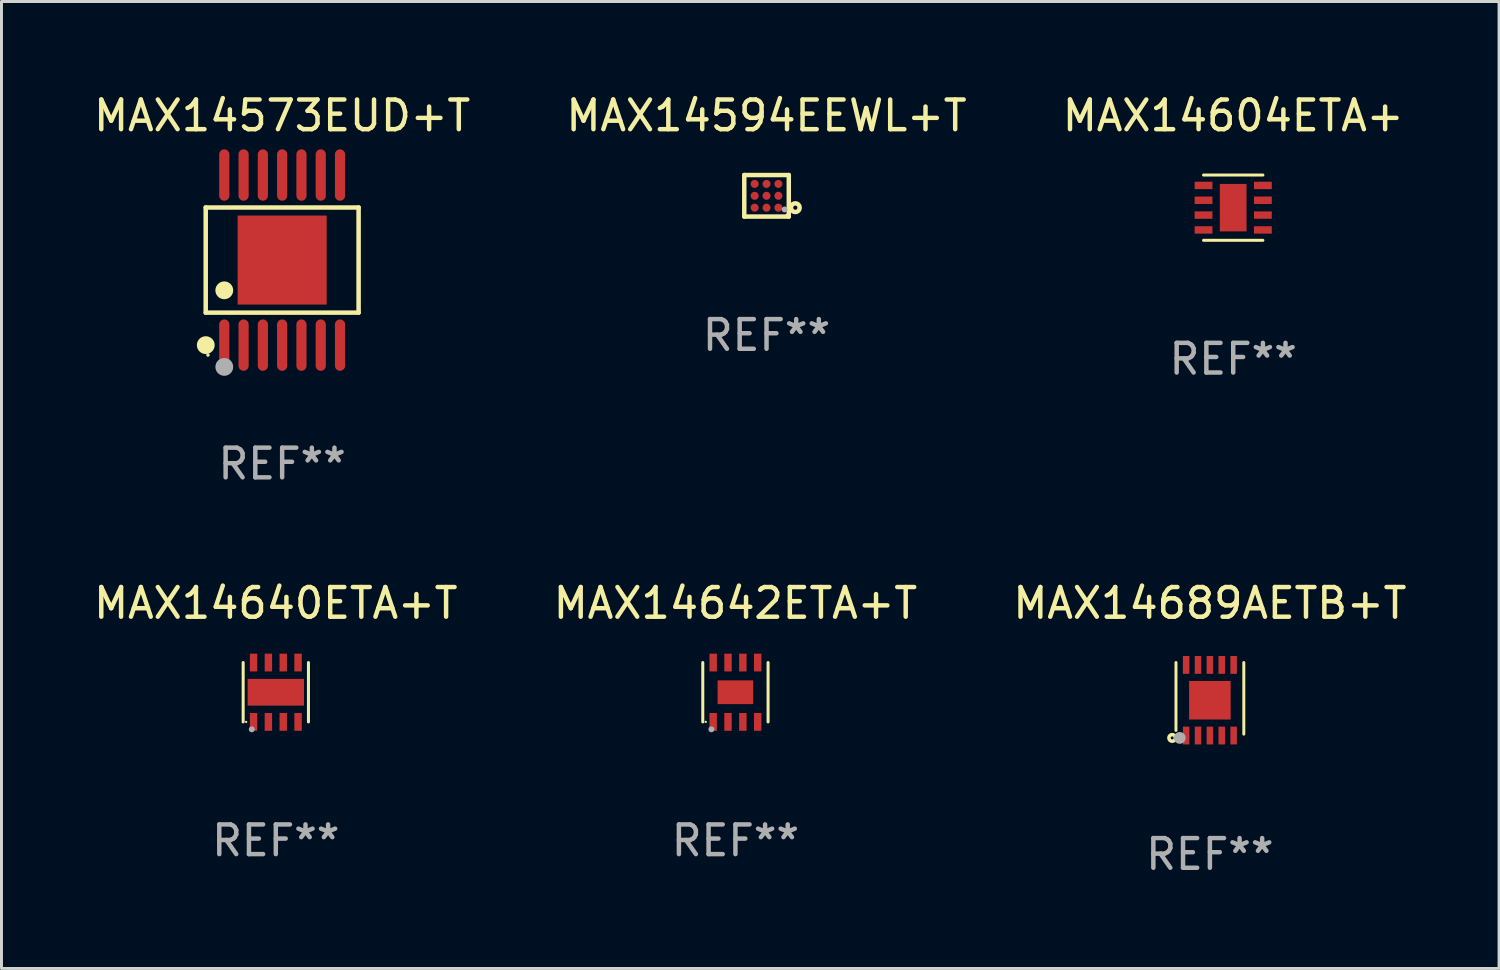
<source format=kicad_pcb>
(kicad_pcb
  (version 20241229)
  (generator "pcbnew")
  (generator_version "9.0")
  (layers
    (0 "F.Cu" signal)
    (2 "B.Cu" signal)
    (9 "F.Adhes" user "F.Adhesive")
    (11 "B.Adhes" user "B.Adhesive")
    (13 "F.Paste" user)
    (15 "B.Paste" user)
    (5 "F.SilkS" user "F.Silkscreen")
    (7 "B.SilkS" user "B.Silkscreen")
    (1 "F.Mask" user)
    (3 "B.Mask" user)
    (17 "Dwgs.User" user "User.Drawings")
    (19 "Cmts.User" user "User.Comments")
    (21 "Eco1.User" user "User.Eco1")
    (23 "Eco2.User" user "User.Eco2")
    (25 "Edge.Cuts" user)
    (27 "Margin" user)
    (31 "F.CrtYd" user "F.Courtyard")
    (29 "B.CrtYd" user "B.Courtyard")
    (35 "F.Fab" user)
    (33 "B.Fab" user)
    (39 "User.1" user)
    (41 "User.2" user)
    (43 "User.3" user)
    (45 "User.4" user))
  (footprint "MAX14689AETB+T"
    (layer "F.Cu")
    (at 37.72 20.506)
    (property "Reference" "MAX14689AETB+T" (at 0 -3.23 0) (layer "F.SilkS") (effects (font (size 1 1) (thickness 0.15))))
    (attr through_hole)
    (fp_line (start -1.143 -1.23) (end -1.143 1.056) (stroke (width 0.1) (type solid)) (layer "F.SilkS"))
    (fp_line (start 1.143 -1.23) (end 1.143 1.183) (stroke (width 0.1) (type solid)) (layer "F.SilkS"))
    (fp_circle (center -1.27 1.31) (end -1.159 1.31) (stroke (width 0.12) (type solid)) (fill no) (layer "F.SilkS"))
    (fp_circle (center -1 1.29) (end -0.97 1.29) (stroke (width 0.06) (type solid)) (fill no) (layer "F.SilkS"))
    (fp_circle (center -1.016 1.31) (end -0.916 1.31) (stroke (width 0.2) (type solid)) (fill no) (layer "F.Fab"))
    (fp_text user "REF**" (at 0 5.23 0) (layer "F.Fab") (effects (font (size 1 1) (thickness 0.15))))
    (pad "1" smd rect (at -0.8 1.23) (size 0.22 0.6) (layers "F.Cu" "F.Mask" "F.Paste"))
    (pad "2" smd rect (at -0.4 1.23) (size 0.22 0.6) (layers "F.Cu" "F.Mask" "F.Paste"))
    (pad "3" smd rect (at -0.000025 1.23) (size 0.22 0.6) (layers "F.Cu" "F.Mask" "F.Paste"))
    (pad "4" smd rect (at 0.4 1.23) (size 0.22 0.6) (layers "F.Cu" "F.Mask" "F.Paste"))
    (pad "5" smd rect (at 0.8 1.23) (size 0.22 0.6) (layers "F.Cu" "F.Mask" "F.Paste"))
    (pad "6" smd rect (at 0.8 -1.15) (size 0.22 0.6) (layers "F.Cu" "F.Mask" "F.Paste"))
    (pad "7" smd rect (at 0.4 -1.15) (size 0.22 0.6) (layers "F.Cu" "F.Mask" "F.Paste"))
    (pad "8" smd rect (at 0 -1.15) (size 0.22 0.6) (layers "F.Cu" "F.Mask" "F.Paste"))
    (pad "9" smd rect (at -0.4 -1.15) (size 0.22 0.6) (layers "F.Cu" "F.Mask" "F.Paste"))
    (pad "10" smd rect (at -0.8 -1.15) (size 0.22 0.6) (layers "F.Cu" "F.Mask" "F.Paste"))
    (pad "11" smd rect (at 0 0.04) (size 1.4 1.3) (layers "F.Cu" "F.Mask" "F.Paste")))
  (footprint "MAX14640ETA+T"
    (layer "F.Cu")
    (at 6.244 20.276)
    (property "Reference" "MAX14640ETA+T" (at 0 -3 0) (layer "F.SilkS") (effects (font (size 1 1) (thickness 0.15))))
    (attr through_hole)
    (fp_line (start -1.1 1) (end -1.1 -1) (stroke (width 0.102) (type solid)) (layer "F.SilkS"))
    (fp_line (start 1.1 1) (end 1.1 -1) (stroke (width 0.102) (type solid)) (layer "F.SilkS"))
    (fp_circle (center -1 1) (end -0.98 1) (stroke (width 0.04) (type solid)) (fill no) (layer "F.SilkS"))
    (fp_circle (center -0.81 1.25) (end -0.76 1.25) (stroke (width 0.1) (type solid)) (fill no) (layer "F.Fab"))
    (fp_text user "REF**" (at 0 5 0) (layer "F.Fab") (effects (font (size 1 1) (thickness 0.15))))
    (pad "1" smd rect (at -0.75 1 90) (size 0.6 0.25) (layers "F.Cu" "F.Mask" "F.Paste"))
    (pad "2" smd rect (at -0.25 1 90) (size 0.6 0.25) (layers "F.Cu" "F.Mask" "F.Paste"))
    (pad "3" smd rect (at 0.25 1 90) (size 0.6 0.25) (layers "F.Cu" "F.Mask" "F.Paste"))
    (pad "4" smd rect (at 0.75 1 90) (size 0.6 0.25) (layers "F.Cu" "F.Mask" "F.Paste"))
    (pad "5" smd rect (at 0.75 -1 90) (size 0.6 0.25) (layers "F.Cu" "F.Mask" "F.Paste"))
    (pad "6" smd rect (at 0.25 -1 90) (size 0.6 0.25) (layers "F.Cu" "F.Mask" "F.Paste"))
    (pad "7" smd rect (at -0.25 -1 90) (size 0.6 0.25) (layers "F.Cu" "F.Mask" "F.Paste"))
    (pad "8" smd rect (at -0.75 -1 90) (size 0.6 0.25) (layers "F.Cu" "F.Mask" "F.Paste"))
    (pad "9" smd rect (at -0.000127 0.001 180) (size 1.9 0.9) (layers "F.Cu" "F.Mask" "F.Paste")))
  (footprint "MAX14573EUD+T"
    (layer "F.Cu")
    (at 6.458 5.714)
    (property "Reference" "MAX14573EUD+T" (at 0 -4.866 0) (layer "F.SilkS") (effects (font (size 1 1) (thickness 0.15))))
    (attr through_hole)
    (fp_line (start -2.576 -1.772) (end 2.576 -1.772) (stroke (width 0.152) (type solid)) (layer "F.SilkS"))
    (fp_line (start -2.576 1.771) (end -2.576 -1.772) (stroke (width 0.152) (type solid)) (layer "F.SilkS"))
    (fp_line (start 2.576 -1.772) (end 2.576 1.771) (stroke (width 0.152) (type solid)) (layer "F.SilkS"))
    (fp_line (start 2.576 1.771) (end -2.576 1.771) (stroke (width 0.152) (type solid)) (layer "F.SilkS"))
    (fp_circle (center -2.574 2.866) (end -2.424 2.866) (stroke (width 0.3) (type solid)) (fill no) (layer "F.SilkS"))
    (fp_circle (center -2.5 3.2) (end -2.47 3.2) (stroke (width 0.06) (type solid)) (fill no) (layer "F.SilkS"))
    (fp_circle (center -1.95 1.019) (end -1.8 1.019) (stroke (width 0.3) (type solid)) (fill no) (layer "F.SilkS"))
    (fp_circle (center -1.95 3.6) (end -1.8 3.6) (stroke (width 0.3) (type solid)) (fill no) (layer "F.Fab"))
    (fp_text user "REF**" (at 0 6.866 0) (layer "F.Fab") (effects (font (size 1 1) (thickness 0.15))))
    (pad "1" smd oval (at -1.95 2.866) (size 0.343 1.731) (layers "F.Cu" "F.Mask" "F.Paste"))
    (pad "2" smd oval (at -1.3 2.866) (size 0.343 1.731) (layers "F.Cu" "F.Mask" "F.Paste"))
    (pad "3" smd oval (at -0.65 2.866) (size 0.343 1.731) (layers "F.Cu" "F.Mask" "F.Paste"))
    (pad "4" smd oval (at 0 2.866) (size 0.343 1.731) (layers "F.Cu" "F.Mask" "F.Paste"))
    (pad "5" smd oval (at 0.65 2.866) (size 0.343 1.731) (layers "F.Cu" "F.Mask" "F.Paste"))
    (pad "6" smd oval (at 1.3 2.866) (size 0.343 1.731) (layers "F.Cu" "F.Mask" "F.Paste"))
    (pad "7" smd oval (at 1.95 2.866) (size 0.343 1.731) (layers "F.Cu" "F.Mask" "F.Paste"))
    (pad "8" smd oval (at 1.95 -2.866) (size 0.343 1.731) (layers "F.Cu" "F.Mask" "F.Paste"))
    (pad "9" smd oval (at 1.3 -2.866) (size 0.343 1.731) (layers "F.Cu" "F.Mask" "F.Paste"))
    (pad "10" smd oval (at 0.65 -2.866) (size 0.343 1.731) (layers "F.Cu" "F.Mask" "F.Paste"))
    (pad "11" smd oval (at 0 -2.866) (size 0.343 1.731) (layers "F.Cu" "F.Mask" "F.Paste"))
    (pad "12" smd oval (at -0.65 -2.866) (size 0.343 1.731) (layers "F.Cu" "F.Mask" "F.Paste"))
    (pad "13" smd oval (at -1.3 -2.866) (size 0.343 1.731) (layers "F.Cu" "F.Mask" "F.Paste"))
    (pad "14" smd oval (at -1.95 -2.866) (size 0.343 1.731) (layers "F.Cu" "F.Mask" "F.Paste"))
    (pad "15" smd rect (at 0 -0.000127) (size 3 3) (layers "F.Cu" "F.Mask" "F.Paste")))
  (footprint "MAX14594EEWL+T"
    (layer "F.Cu")
    (at 22.78 3.548)
    (property "Reference" "MAX14594EEWL+T" (at 0 -2.7 0) (layer "F.SilkS") (effects (font (size 1 1) (thickness 0.15))))
    (attr through_hole)
    (fp_line (start -0.75 0.7) (end -0.75 -0.7) (stroke (width 0.15) (type solid)) (layer "F.SilkS"))
    (fp_line (start 0.75 -0.7) (end -0.75 -0.7) (stroke (width 0.15) (type solid)) (layer "F.SilkS"))
    (fp_line (start 0.75 0.7) (end -0.75 0.7) (stroke (width 0.15) (type solid)) (layer "F.SilkS"))
    (fp_line (start 0.75 0.7) (end 0.75 -0.7) (stroke (width 0.15) (type solid)) (layer "F.SilkS"))
    (fp_circle (center 0.7 0.65) (end 0.73 0.65) (stroke (width 0.06) (type solid)) (fill no) (layer "F.SilkS"))
    (fp_circle (center 0.97 0.4) (end 1.041 0.4) (stroke (width 0.15) (type solid)) (fill no) (layer "F.SilkS"))
    (fp_circle (center 0.61 0.46) (end 0.66 0.46) (stroke (width 0.1) (type solid)) (fill no) (layer "F.Fab"))
    (fp_text user "REF**" (at 0 4.7 0) (layer "F.Fab") (effects (font (size 1 1) (thickness 0.15))))
    (pad "A1" smd circle (at 0.4 0.4) (size 0.27 0.27) (layers "F.Cu" "F.Mask" "F.Paste"))
    (pad "A2" smd circle (at 0 0.4) (size 0.27 0.27) (layers "F.Cu" "F.Mask" "F.Paste"))
    (pad "A3" smd circle (at -0.4 0.4) (size 0.27 0.27) (layers "F.Cu" "F.Mask" "F.Paste"))
    (pad "B1" smd circle (at 0.4 0.000025) (size 0.27 0.27) (layers "F.Cu" "F.Mask" "F.Paste"))
    (pad "B2" smd circle (at 0 0.000025) (size 0.27 0.27) (layers "F.Cu" "F.Mask" "F.Paste"))
    (pad "B3" smd circle (at -0.4 0.000025) (size 0.27 0.27) (layers "F.Cu" "F.Mask" "F.Paste"))
    (pad "C1" smd circle (at 0.4 -0.4) (size 0.27 0.27) (layers "F.Cu" "F.Mask" "F.Paste"))
    (pad "C2" smd circle (at 0 -0.4) (size 0.27 0.27) (layers "F.Cu" "F.Mask" "F.Paste"))
    (pad "C3" smd circle (at -0.4 -0.4) (size 0.27 0.27) (layers "F.Cu" "F.Mask" "F.Paste")))
  (footprint "MAX14642ETA+T"
    (layer "F.Cu")
    (at 21.732 20.276)
    (property "Reference" "MAX14642ETA+T" (at 0 -3 0) (layer "F.SilkS") (effects (font (size 1 1) (thickness 0.15))))
    (attr through_hole)
    (fp_line (start -1.1 1) (end -1.1 -1) (stroke (width 0.102) (type solid)) (layer "F.SilkS"))
    (fp_line (start 1.1 1) (end 1.1 -1) (stroke (width 0.102) (type solid)) (layer "F.SilkS"))
    (fp_circle (center -1 1) (end -0.98 1) (stroke (width 0.04) (type solid)) (fill no) (layer "F.SilkS"))
    (fp_circle (center -0.81 1.25) (end -0.76 1.25) (stroke (width 0.1) (type solid)) (fill no) (layer "F.Fab"))
    (fp_text user "REF**" (at 0 5 0) (layer "F.Fab") (effects (font (size 1 1) (thickness 0.15))))
    (pad "1" smd rect (at -0.75 1 90) (size 0.6 0.25) (layers "F.Cu" "F.Mask" "F.Paste"))
    (pad "2" smd rect (at -0.25 1 90) (size 0.6 0.25) (layers "F.Cu" "F.Mask" "F.Paste"))
    (pad "3" smd rect (at 0.25 1 90) (size 0.6 0.25) (layers "F.Cu" "F.Mask" "F.Paste"))
    (pad "4" smd rect (at 0.75 1 90) (size 0.6 0.25) (layers "F.Cu" "F.Mask" "F.Paste"))
    (pad "5" smd rect (at 0.75 -1 90) (size 0.6 0.25) (layers "F.Cu" "F.Mask" "F.Paste"))
    (pad "6" smd rect (at 0.25 -1 90) (size 0.6 0.25) (layers "F.Cu" "F.Mask" "F.Paste"))
    (pad "7" smd rect (at -0.25 -1 90) (size 0.6 0.25) (layers "F.Cu" "F.Mask" "F.Paste"))
    (pad "8" smd rect (at -0.75 -1 90) (size 0.6 0.25) (layers "F.Cu" "F.Mask" "F.Paste"))
    (pad "9" smd rect (at -0.000127 0.001 180) (size 1.2 0.8) (layers "F.Cu" "F.Mask" "F.Paste")))
  (footprint "MAX14604ETA+"
    (layer "F.Cu")
    (at 38.506 3.948)
    (property "Reference" "MAX14604ETA+" (at 0 -3.1 0) (layer "F.SilkS") (effects (font (size 1 1) (thickness 0.15))))
    (attr through_hole)
    (fp_line (start -1 -1.1) (end 1 -1.1) (stroke (width 0.102) (type solid)) (layer "F.SilkS"))
    (fp_line (start -1 1.1) (end 1 1.1) (stroke (width 0.102) (type solid)) (layer "F.SilkS"))
    (fp_text user "REF**" (at 0 5.1 0) (layer "F.Fab") (effects (font (size 1 1) (thickness 0.15))))
    (pad "1" smd rect (at -1 -0.75) (size 0.6 0.25) (layers "F.Cu" "F.Mask" "F.Paste"))
    (pad "2" smd rect (at -1 -0.25) (size 0.6 0.25) (layers "F.Cu" "F.Mask" "F.Paste"))
    (pad "3" smd rect (at -1 0.25) (size 0.6 0.25) (layers "F.Cu" "F.Mask" "F.Paste"))
    (pad "4" smd rect (at -1 0.75) (size 0.6 0.25) (layers "F.Cu" "F.Mask" "F.Paste"))
    (pad "5" smd rect (at 1 0.75) (size 0.6 0.25) (layers "F.Cu" "F.Mask" "F.Paste"))
    (pad "6" smd rect (at 1 0.25) (size 0.6 0.25) (layers "F.Cu" "F.Mask" "F.Paste"))
    (pad "7" smd rect (at 1 -0.25) (size 0.6 0.25) (layers "F.Cu" "F.Mask" "F.Paste"))
    (pad "8" smd rect (at 1 -0.75) (size 0.6 0.25) (layers "F.Cu" "F.Mask" "F.Paste"))
    (pad "9" smd rect (at -0.001 -0.000127 90) (size 1.6 0.9) (layers "F.Cu" "F.Mask" "F.Paste")))
  (gr_rect
    (start -3 -3)
    (end 47.464 29.585)
    (stroke (width 0.1) (type default))
    (fill no)
    (layer "Edge.Cuts")))
</source>
